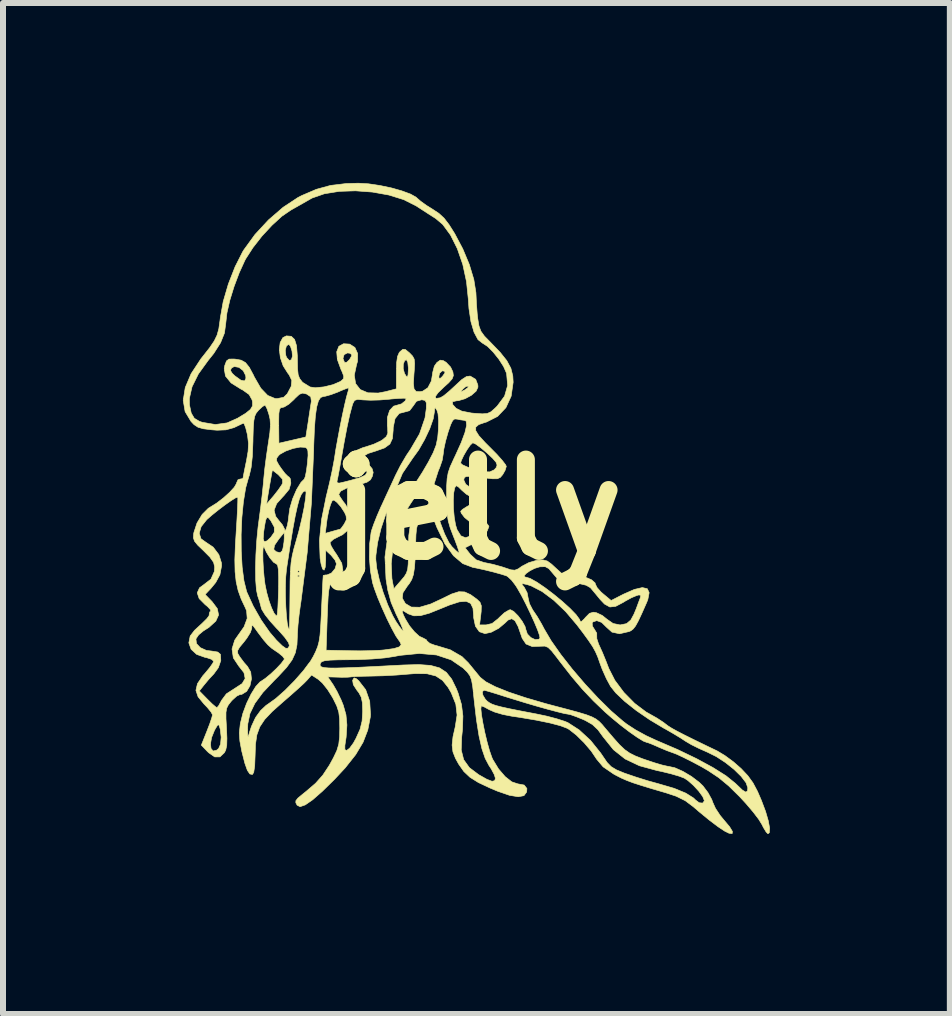
<source format=kicad_pcb>
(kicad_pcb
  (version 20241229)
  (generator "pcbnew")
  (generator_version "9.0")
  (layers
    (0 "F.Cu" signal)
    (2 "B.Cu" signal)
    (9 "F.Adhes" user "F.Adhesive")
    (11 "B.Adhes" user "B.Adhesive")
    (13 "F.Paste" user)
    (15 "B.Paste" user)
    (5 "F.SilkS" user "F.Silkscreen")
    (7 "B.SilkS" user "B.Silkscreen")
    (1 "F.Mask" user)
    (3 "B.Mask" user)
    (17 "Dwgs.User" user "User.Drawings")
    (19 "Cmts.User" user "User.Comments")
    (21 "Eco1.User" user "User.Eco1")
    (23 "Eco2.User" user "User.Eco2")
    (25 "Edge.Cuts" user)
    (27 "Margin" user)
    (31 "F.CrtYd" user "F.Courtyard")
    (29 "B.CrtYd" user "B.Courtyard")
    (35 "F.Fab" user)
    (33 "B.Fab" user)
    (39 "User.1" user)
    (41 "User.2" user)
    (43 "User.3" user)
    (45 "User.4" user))
  (footprint "jelly"
    (layer "F.Cu")
    (at 4.921 5.448)
    (property "Reference" "jelly" (at 0 0 0) (layer "F.SilkS") (effects (font (size 1.524 1.524) (thickness 0.3))))
    (attr through_hole)
    (fp_poly (pts (xy -1.826 -5.433) (xy -1.637 -5.405) (xy -1.446 -5.365) (xy -1.27 -5.315) (xy -1.126 -5.262) (xy -1.032 -5.209) (xy -1.016 -5.194) (xy -0.956 -5.142) (xy -0.857 -5.071) (xy -0.762 -5.012) (xy -0.653 -4.94) (xy -0.566 -4.86) (xy -0.483 -4.752) (xy -0.389 -4.603) (xy -0.254 -4.348) (xy -0.145 -4.087) (xy -0.07 -3.838) (xy -0.035 -3.619) (xy -0.033 -3.579) (xy -0.026 -3.43) (xy -0.013 -3.261) (xy -0.004 -3.182) (xy 0.016 -3.062) (xy 0.048 -2.975) (xy 0.107 -2.893) (xy 0.205 -2.793) (xy 0.368 -2.624) (xy 0.48 -2.484) (xy 0.548 -2.357) (xy 0.58 -2.23) (xy 0.586 -2.124) (xy 0.553 -1.892) (xy 0.465 -1.7) (xy 0.326 -1.554) (xy 0.14 -1.46) (xy 0.111 -1.452) (xy 0.012 -1.418) (xy -0.038 -1.375) (xy -0.038 -1.317) (xy 0.014 -1.233) (xy 0.12 -1.117) (xy 0.2 -1.037) (xy 0.313 -0.923) (xy 0.403 -0.822) (xy 0.459 -0.749) (xy 0.472 -0.721) (xy 0.452 -0.655) (xy 0.412 -0.584) (xy 0.371 -0.536) (xy 0.322 -0.515) (xy 0.242 -0.514) (xy 0.149 -0.525) (xy -0.021 -0.546) (xy -0.132 -0.555) (xy -0.196 -0.552) (xy -0.227 -0.535) (xy -0.236 -0.504) (xy -0.236 -0.49) (xy -0.204 -0.422) (xy -0.104 -0.354) (xy -0.082 -0.343) (xy 0.046 -0.277) (xy 0.116 -0.223) (xy 0.137 -0.17) (xy 0.117 -0.106) (xy 0.111 -0.095) (xy 0.043 -0.013) (xy -0.031 0.037) (xy -0.127 0.083) (xy 0.027 0.152) (xy 0.134 0.214) (xy 0.18 0.275) (xy 0.181 0.285) (xy 0.152 0.357) (xy 0.077 0.445) (xy -0.028 0.532) (xy -0.117 0.586) (xy -0.215 0.636) (xy -0.127 0.748) (xy -0.029 0.838) (xy 0.1 0.882) (xy 0.117 0.885) (xy 0.251 0.913) (xy 0.399 0.954) (xy 0.444 0.969) (xy 0.548 1.004) (xy 0.614 1.01) (xy 0.671 0.988) (xy 0.731 0.945) (xy 0.846 0.885) (xy 0.977 0.846) (xy 0.995 0.844) (xy 1.085 0.839) (xy 1.154 0.857) (xy 1.227 0.91) (xy 1.299 0.977) (xy 1.393 1.062) (xy 1.461 1.104) (xy 1.527 1.112) (xy 1.574 1.105) (xy 1.68 1.103) (xy 1.794 1.128) (xy 1.892 1.17) (xy 1.951 1.221) (xy 1.959 1.247) (xy 1.986 1.301) (xy 2.052 1.375) (xy 2.09 1.408) (xy 2.22 1.516) (xy 2.425 1.411) (xy 2.607 1.331) (xy 2.74 1.3) (xy 2.823 1.319) (xy 2.854 1.385) (xy 2.832 1.499) (xy 2.814 1.545) (xy 2.733 1.728) (xy 2.673 1.856) (xy 2.627 1.94) (xy 2.588 1.99) (xy 2.549 2.02) (xy 2.52 2.033) (xy 2.36 2.07) (xy 2.234 2.043) (xy 2.141 1.959) (xy 2.062 1.881) (xy 1.98 1.851) (xy 1.915 1.874) (xy 1.904 1.889) (xy 1.907 1.942) (xy 1.941 1.996) (xy 1.98 2.06) (xy 1.98 2.1) (xy 1.981 2.152) (xy 2.01 2.24) (xy 2.026 2.275) (xy 2.075 2.383) (xy 2.134 2.527) (xy 2.181 2.649) (xy 2.282 2.847) (xy 2.432 3.048) (xy 2.612 3.231) (xy 2.803 3.375) (xy 2.867 3.411) (xy 2.986 3.478) (xy 3.094 3.549) (xy 3.126 3.574) (xy 3.171 3.608) (xy 3.233 3.647) (xy 3.32 3.695) (xy 3.442 3.758) (xy 3.607 3.84) (xy 3.823 3.945) (xy 3.988 4.024) (xy 4.115 4.1) (xy 4.259 4.206) (xy 4.387 4.318) (xy 4.499 4.437) (xy 4.585 4.556) (xy 4.661 4.699) (xy 4.726 4.85) (xy 4.795 5.033) (xy 4.841 5.191) (xy 4.863 5.312) (xy 4.858 5.387) (xy 4.835 5.406) (xy 4.805 5.376) (xy 4.759 5.3) (xy 4.735 5.252) (xy 4.681 5.164) (xy 4.588 5.042) (xy 4.47 4.903) (xy 4.361 4.785) (xy 4.181 4.608) (xy 4.016 4.471) (xy 3.839 4.353) (xy 3.726 4.287) (xy 3.572 4.205) (xy 3.427 4.132) (xy 3.313 4.079) (xy 3.266 4.061) (xy 3.148 4.018) (xy 3.017 3.963) (xy 2.991 3.951) (xy 2.896 3.91) (xy 2.83 3.885) (xy 2.817 3.883) (xy 2.757 3.86) (xy 2.656 3.798) (xy 2.526 3.707) (xy 2.379 3.595) (xy 2.228 3.471) (xy 2.113 3.37) (xy 1.923 3.188) (xy 1.744 2.999) (xy 1.563 2.786) (xy 1.364 2.531) (xy 1.314 2.465) (xy 1.229 2.357) (xy 1.169 2.298) (xy 1.115 2.276) (xy 1.053 2.278) (xy 0.903 2.283) (xy 0.801 2.241) (xy 0.737 2.146) (xy 0.726 2.114) (xy 0.669 1.95) (xy 0.617 1.853) (xy 0.563 1.819) (xy 0.501 1.842) (xy 0.45 1.891) (xy 0.345 1.979) (xy 0.222 2.044) (xy 0.116 2.068) (xy 0.022 2.036) (xy -0.043 1.944) (xy -0.072 1.805) (xy -0.073 1.773) (xy -0.084 1.645) (xy -0.123 1.564) (xy -0.197 1.529) (xy -0.312 1.538) (xy -0.476 1.591) (xy -0.622 1.651) (xy -0.814 1.728) (xy -0.959 1.768) (xy -1.07 1.771) (xy -1.161 1.739) (xy -1.189 1.722) (xy -1.248 1.686) (xy -1.266 1.696) (xy -1.244 1.757) (xy -1.211 1.825) (xy -1.143 1.937) (xy -1.059 2.039) (xy -0.978 2.113) (xy -0.917 2.141) (xy -0.862 2.17) (xy -0.849 2.192) (xy -0.803 2.231) (xy -0.716 2.263) (xy -0.696 2.267) (xy -0.462 2.338) (xy -0.267 2.451) (xy -0.163 2.553) (xy -0.073 2.663) (xy 0.016 2.771) (xy 0.036 2.796) (xy 0.13 2.871) (xy 0.29 2.954) (xy 0.514 3.044) (xy 0.796 3.138) (xy 1.132 3.236) (xy 1.252 3.268) (xy 1.491 3.331) (xy 1.672 3.38) (xy 1.804 3.42) (xy 1.899 3.456) (xy 1.967 3.492) (xy 2.02 3.533) (xy 2.069 3.583) (xy 2.119 3.643) (xy 2.256 3.804) (xy 2.36 3.921) (xy 2.447 4.003) (xy 2.53 4.061) (xy 2.624 4.108) (xy 2.742 4.154) (xy 2.794 4.172) (xy 2.941 4.221) (xy 3.069 4.259) (xy 3.157 4.279) (xy 3.177 4.282) (xy 3.282 4.305) (xy 3.417 4.365) (xy 3.56 4.45) (xy 3.688 4.547) (xy 3.751 4.608) (xy 3.834 4.718) (xy 3.898 4.835) (xy 3.914 4.88) (xy 3.96 4.982) (xy 4.038 5.1) (xy 4.098 5.173) (xy 4.195 5.288) (xy 4.242 5.366) (xy 4.238 5.403) (xy 4.184 5.396) (xy 4.113 5.361) (xy 4.003 5.288) (xy 3.856 5.177) (xy 3.689 5.04) (xy 3.588 4.953) (xy 3.456 4.854) (xy 3.304 4.779) (xy 3.135 4.723) (xy 2.899 4.654) (xy 2.72 4.599) (xy 2.584 4.555) (xy 2.478 4.515) (xy 2.389 4.476) (xy 2.303 4.432) (xy 2.261 4.409) (xy 2.086 4.289) (xy 1.979 4.162) (xy 1.889 4.028) (xy 1.769 3.887) (xy 1.639 3.759) (xy 1.52 3.666) (xy 1.486 3.646) (xy 1.375 3.604) (xy 1.2 3.558) (xy 0.972 3.511) (xy 0.7 3.465) (xy 0.564 3.445) (xy 0.415 3.416) (xy 0.276 3.375) (xy 0.187 3.336) (xy 0.107 3.292) (xy 0.059 3.273) (xy 0.054 3.273) (xy 0.048 3.322) (xy 0.058 3.424) (xy 0.082 3.562) (xy 0.114 3.719) (xy 0.152 3.877) (xy 0.192 4.02) (xy 0.231 4.132) (xy 0.246 4.166) (xy 0.342 4.324) (xy 0.453 4.453) (xy 0.564 4.54) (xy 0.663 4.573) (xy 0.663 4.573) (xy 0.77 4.593) (xy 0.815 4.651) (xy 0.811 4.709) (xy 0.766 4.77) (xy 0.671 4.788) (xy 0.525 4.764) (xy 0.325 4.695) (xy 0.197 4.641) (xy 0.006 4.551) (xy -0.133 4.464) (xy -0.236 4.367) (xy -0.323 4.243) (xy -0.376 4.147) (xy -0.418 4.04) (xy -0.432 3.927) (xy -0.417 3.787) (xy -0.38 3.624) (xy -0.349 3.426) (xy -0.37 3.244) (xy -0.446 3.055) (xy -0.499 2.964) (xy -0.591 2.848) (xy -0.703 2.774) (xy -0.849 2.737) (xy -1.044 2.734) (xy -1.161 2.743) (xy -1.359 2.759) (xy -1.581 2.771) (xy -1.778 2.776) (xy -1.923 2.779) (xy -2.041 2.783) (xy -2.112 2.788) (xy -2.123 2.79) (xy -2.178 2.795) (xy -2.278 2.796) (xy -2.332 2.794) (xy -2.505 2.789) (xy -2.415 2.921) (xy -2.351 3.032) (xy -2.283 3.173) (xy -2.248 3.259) (xy -2.202 3.42) (xy -2.186 3.591) (xy -2.199 3.794) (xy -2.22 3.933) (xy -2.22 4.003) (xy -2.19 4.016) (xy -2.14 3.978) (xy -2.078 3.893) (xy -2.034 3.813) (xy -1.966 3.661) (xy -1.933 3.526) (xy -1.923 3.368) (xy -1.923 3.36) (xy -1.928 3.221) (xy -1.947 3.128) (xy -1.987 3.053) (xy -2.018 3.014) (xy -2.079 2.92) (xy -2.091 2.847) (xy -2.089 2.843) (xy -2.067 2.806) (xy -2.031 2.818) (xy -1.99 2.853) (xy -1.873 3.003) (xy -1.806 3.195) (xy -1.793 3.417) (xy -1.796 3.46) (xy -1.838 3.675) (xy -1.917 3.88) (xy -2.04 4.086) (xy -2.215 4.307) (xy -2.393 4.498) (xy -2.596 4.697) (xy -2.758 4.839) (xy -2.881 4.924) (xy -2.967 4.954) (xy -3.016 4.929) (xy -3.038 4.888) (xy -3.037 4.854) (xy -3.003 4.811) (xy -2.925 4.746) (xy -2.865 4.698) (xy -2.709 4.564) (xy -2.588 4.428) (xy -2.479 4.263) (xy -2.41 4.137) (xy -2.354 4.019) (xy -2.322 3.912) (xy -2.308 3.787) (xy -2.305 3.647) (xy -2.308 3.49) (xy -2.322 3.376) (xy -2.355 3.274) (xy -2.413 3.156) (xy -2.427 3.13) (xy -2.508 3.001) (xy -2.595 2.892) (xy -2.663 2.831) (xy -2.776 2.758) (xy -2.848 2.841) (xy -2.904 2.898) (xy -3.002 2.988) (xy -3.127 3.099) (xy -3.255 3.21) (xy -3.432 3.367) (xy -3.557 3.499) (xy -3.64 3.624) (xy -3.688 3.757) (xy -3.711 3.915) (xy -3.717 4.097) (xy -3.724 4.273) (xy -3.74 4.381) (xy -3.762 4.417) (xy -3.805 4.408) (xy -3.846 4.348) (xy -3.888 4.23) (xy -3.935 4.046) (xy -3.939 4.031) (xy -3.971 3.86) (xy -3.98 3.723) (xy -3.975 3.674) (xy -3.843 3.674) (xy -3.839 3.766) (xy -3.833 3.79) (xy -3.821 3.752) (xy -3.812 3.717) (xy -3.777 3.613) (xy -3.722 3.493) (xy -3.704 3.459) (xy -3.626 3.352) (xy -3.533 3.264) (xy -3.507 3.247) (xy -3.373 3.151) (xy -3.217 3.013) (xy -3.057 2.851) (xy -2.91 2.683) (xy -2.837 2.585) (xy -2.634 2.585) (xy -2.63 2.607) (xy -2.608 2.624) (xy -2.562 2.635) (xy -2.486 2.641) (xy -2.371 2.642) (xy -2.213 2.638) (xy -2.005 2.63) (xy -1.74 2.617) (xy -1.412 2.6) (xy -1.243 2.591) (xy -0.987 2.584) (xy -0.791 2.598) (xy -0.642 2.639) (xy -0.528 2.714) (xy -0.439 2.827) (xy -0.361 2.986) (xy -0.331 3.063) (xy -0.276 3.249) (xy -0.252 3.442) (xy -0.259 3.666) (xy -0.273 3.802) (xy -0.28 4.008) (xy -0.239 4.17) (xy -0.144 4.303) (xy 0.011 4.42) (xy 0.147 4.497) (xy 0.234 4.53) (xy 0.279 4.52) (xy 0.29 4.479) (xy 0.271 4.418) (xy 0.221 4.324) (xy 0.182 4.265) (xy 0.12 4.148) (xy 0.065 3.987) (xy 0.017 3.775) (xy -0.026 3.505) (xy -0.065 3.171) (xy -0.072 3.102) (xy -0.079 3.036) (xy 0.072 3.036) (xy 0.081 3.094) (xy 0.122 3.162) (xy 0.154 3.195) (xy 0.19 3.221) (xy 0.234 3.244) (xy 0.296 3.266) (xy 0.388 3.29) (xy 0.519 3.319) (xy 0.699 3.355) (xy 0.939 3.401) (xy 0.971 3.407) (xy 1.147 3.444) (xy 1.313 3.488) (xy 1.447 3.531) (xy 1.498 3.552) (xy 1.687 3.674) (xy 1.876 3.848) (xy 2.046 4.06) (xy 2.082 4.113) (xy 2.153 4.217) (xy 2.221 4.287) (xy 2.309 4.34) (xy 2.44 4.394) (xy 2.463 4.402) (xy 2.633 4.46) (xy 2.831 4.522) (xy 3.015 4.573) (xy 3.018 4.574) (xy 3.271 4.648) (xy 3.465 4.728) (xy 3.595 4.81) (xy 3.626 4.841) (xy 3.688 4.888) (xy 3.746 4.894) (xy 3.774 4.857) (xy 3.774 4.852) (xy 3.748 4.787) (xy 3.682 4.696) (xy 3.594 4.6) (xy 3.5 4.517) (xy 3.439 4.477) (xy 3.354 4.445) (xy 3.221 4.406) (xy 3.062 4.367) (xy 2.984 4.351) (xy 2.691 4.271) (xy 2.453 4.158) (xy 2.258 4.003) (xy 2.095 3.8) (xy 2.094 3.8) (xy 2 3.671) (xy 1.908 3.584) (xy 1.791 3.517) (xy 1.754 3.5) (xy 1.638 3.453) (xy 1.545 3.42) (xy 1.503 3.411) (xy 1.442 3.401) (xy 1.325 3.372) (xy 1.167 3.33) (xy 0.981 3.278) (xy 0.781 3.219) (xy 0.582 3.158) (xy 0.453 3.118) (xy 0.309 3.072) (xy 0.191 3.036) (xy 0.116 3.015) (xy 0.1 3.012) (xy 0.072 3.036) (xy -0.079 3.036) (xy -0.089 2.946) (xy -0.108 2.841) (xy -0.135 2.77) (xy -0.179 2.71) (xy -0.246 2.644) (xy -0.248 2.642) (xy -0.448 2.505) (xy -0.692 2.424) (xy -0.979 2.399) (xy -1.305 2.431) (xy -1.397 2.449) (xy -1.556 2.473) (xy -1.764 2.491) (xy -1.998 2.501) (xy -2.128 2.503) (xy -2.329 2.505) (xy -2.468 2.51) (xy -2.557 2.52) (xy -2.606 2.536) (xy -2.626 2.558) (xy -2.634 2.585) (xy -2.837 2.585) (xy -2.794 2.529) (xy -2.747 2.449) (xy -2.704 2.362) (xy -2.697 2.344) (xy -2.533 2.344) (xy -2.147 2.353) (xy -1.96 2.355) (xy -1.776 2.352) (xy -1.622 2.345) (xy -1.558 2.339) (xy -1.402 2.317) (xy -1.312 2.289) (xy -1.281 2.251) (xy -1.304 2.201) (xy -1.314 2.188) (xy -1.368 2.11) (xy -1.438 1.981) (xy -1.518 1.82) (xy -1.598 1.643) (xy -1.672 1.468) (xy -1.729 1.314) (xy -1.759 1.217) (xy -1.795 1.016) (xy -1.809 0.826) (xy -1.705 0.826) (xy -1.689 0.977) (xy -1.646 1.169) (xy -1.582 1.38) (xy -1.505 1.588) (xy -1.422 1.77) (xy -1.371 1.861) (xy -1.309 1.953) (xy -1.264 2.01) (xy -1.247 2.022) (xy -1.256 1.985) (xy -1.291 1.901) (xy -1.345 1.784) (xy -1.364 1.746) (xy -1.449 1.547) (xy -1.468 1.476) (xy -1.263 1.476) (xy -1.214 1.562) (xy -1.21 1.567) (xy -1.112 1.625) (xy -0.972 1.628) (xy -0.789 1.574) (xy -0.598 1.485) (xy -0.439 1.407) (xy -0.32 1.369) (xy -0.222 1.373) (xy -0.124 1.418) (xy -0.019 1.494) (xy 0.033 1.544) (xy 0.055 1.603) (xy 0.053 1.697) (xy 0.048 1.743) (xy 0.026 1.923) (xy 0.134 1.923) (xy 0.235 1.899) (xy 0.337 1.818) (xy 0.358 1.796) (xy 0.44 1.72) (xy 0.516 1.675) (xy 0.54 1.669) (xy 0.595 1.698) (xy 0.666 1.769) (xy 0.735 1.86) (xy 0.784 1.948) (xy 0.798 2.001) (xy 0.823 2.074) (xy 0.882 2.134) (xy 0.954 2.168) (xy 1.016 2.161) (xy 1.033 2.143) (xy 1.026 2.098) (xy 0.993 2.004) (xy 0.939 1.875) (xy 0.871 1.726) (xy 0.797 1.572) (xy 0.723 1.428) (xy 0.655 1.309) (xy 0.629 1.268) (xy 0.613 1.246) (xy 0.732 1.246) (xy 0.771 1.295) (xy 0.819 1.386) (xy 0.835 1.469) (xy 0.857 1.566) (xy 0.911 1.671) (xy 0.92 1.684) (xy 0.986 1.781) (xy 1.061 1.909) (xy 1.103 1.989) (xy 1.219 2.186) (xy 1.38 2.415) (xy 1.572 2.66) (xy 1.785 2.909) (xy 2.005 3.146) (xy 2.22 3.358) (xy 2.419 3.53) (xy 2.483 3.579) (xy 2.629 3.674) (xy 2.806 3.771) (xy 2.972 3.848) (xy 3.328 4.001) (xy 3.646 4.154) (xy 3.917 4.301) (xy 4.136 4.439) (xy 4.292 4.565) (xy 4.316 4.588) (xy 4.409 4.677) (xy 4.466 4.711) (xy 4.494 4.691) (xy 4.499 4.639) (xy 4.47 4.555) (xy 4.389 4.449) (xy 4.271 4.333) (xy 4.128 4.219) (xy 3.975 4.119) (xy 3.828 4.046) (xy 3.686 3.983) (xy 3.557 3.919) (xy 3.467 3.866) (xy 3.465 3.865) (xy 3.38 3.809) (xy 3.256 3.734) (xy 3.118 3.655) (xy 3.102 3.647) (xy 2.863 3.504) (xy 2.64 3.351) (xy 2.447 3.198) (xy 2.297 3.056) (xy 2.211 2.948) (xy 2.141 2.819) (xy 2.071 2.662) (xy 2.033 2.56) (xy 1.997 2.457) (xy 1.959 2.37) (xy 1.911 2.283) (xy 1.843 2.182) (xy 1.747 2.05) (xy 1.647 1.919) (xy 1.461 1.7) (xy 1.264 1.512) (xy 1.069 1.366) (xy 0.887 1.272) (xy 0.816 1.249) (xy 0.744 1.234) (xy 0.732 1.246) (xy 0.613 1.246) (xy 0.561 1.178) (xy 0.496 1.117) (xy 0.478 1.106) (xy 0.47 1.103) (xy 0.769 1.103) (xy 0.782 1.124) (xy 0.795 1.125) (xy 0.87 1.148) (xy 0.982 1.21) (xy 1.117 1.302) (xy 1.262 1.412) (xy 1.405 1.53) (xy 1.533 1.646) (xy 1.634 1.75) (xy 1.694 1.832) (xy 1.706 1.866) (xy 1.725 1.867) (xy 1.773 1.821) (xy 1.79 1.8) (xy 1.859 1.73) (xy 1.924 1.711) (xy 1.974 1.719) (xy 2.072 1.765) (xy 2.153 1.83) (xy 2.253 1.899) (xy 2.37 1.923) (xy 2.478 1.901) (xy 2.548 1.841) (xy 2.6 1.745) (xy 2.639 1.651) (xy 2.676 1.55) (xy 2.705 1.474) (xy 2.716 1.428) (xy 2.68 1.423) (xy 2.645 1.433) (xy 2.559 1.469) (xy 2.453 1.527) (xy 2.423 1.546) (xy 2.296 1.613) (xy 2.199 1.624) (xy 2.11 1.575) (xy 2.036 1.497) (xy 1.959 1.403) (xy 1.893 1.324) (xy 1.874 1.302) (xy 1.803 1.261) (xy 1.673 1.23) (xy 1.585 1.218) (xy 1.452 1.2) (xy 1.367 1.175) (xy 1.306 1.131) (xy 1.249 1.064) (xy 1.181 0.984) (xy 1.122 0.952) (xy 1.042 0.953) (xy 1.022 0.956) (xy 0.944 0.98) (xy 0.866 1.02) (xy 0.802 1.065) (xy 0.769 1.103) (xy 0.47 1.103) (xy 0.388 1.077) (xy 0.254 1.04) (xy 0.103 1.003) (xy -0.039 0.972) (xy -0.085 0.964) (xy -0.254 0.9) (xy -0.409 0.769) (xy -0.552 0.571) (xy -0.683 0.303) (xy -0.727 0.191) (xy -0.766 0.105) (xy -0.808 0.079) (xy -0.872 0.111) (xy -0.931 0.159) (xy -0.978 0.203) (xy -1.008 0.25) (xy -1.025 0.316) (xy -1.035 0.42) (xy -1.04 0.576) (xy -1.041 0.604) (xy -1.048 0.817) (xy -1.06 0.971) (xy -1.077 1.083) (xy -1.105 1.166) (xy -1.146 1.234) (xy -1.179 1.276) (xy -1.252 1.386) (xy -1.263 1.476) (xy -1.468 1.476) (xy -1.504 1.345) (xy -1.534 1.159) (xy -1.546 0.901) (xy -1.447 0.901) (xy -1.436 1.146) (xy -1.427 1.2) (xy -1.403 1.32) (xy -1.282 1.18) (xy -1.228 1.116) (xy -1.194 1.06) (xy -1.173 0.996) (xy -1.164 0.905) (xy -1.161 0.769) (xy -1.161 0.656) (xy -1.154 0.431) (xy -1.13 0.263) (xy -1.084 0.14) (xy -1.011 0.046) (xy -0.908 -0.031) (xy -0.84 -0.079) (xy -0.815 -0.112) (xy -0.817 -0.115) (xy -0.829 -0.159) (xy -0.839 -0.249) (xy -0.841 -0.284) (xy -0.843 -0.308) (xy -0.74 -0.308) (xy -0.723 -0.15) (xy -0.683 0.036) (xy -0.625 0.228) (xy -0.557 0.406) (xy -0.486 0.548) (xy -0.437 0.615) (xy -0.369 0.683) (xy -0.323 0.722) (xy -0.315 0.726) (xy -0.319 0.695) (xy -0.346 0.612) (xy -0.39 0.494) (xy -0.41 0.445) (xy -0.463 0.306) (xy -0.496 0.191) (xy -0.515 0.074) (xy -0.522 -0.071) (xy -0.523 -0.156) (xy -0.412 -0.156) (xy -0.409 -0.014) (xy -0.396 0.129) (xy -0.374 0.256) (xy -0.349 0.336) (xy -0.286 0.437) (xy -0.209 0.469) (xy -0.112 0.434) (xy -0.059 0.397) (xy 0.016 0.326) (xy 0.027 0.28) (xy -0.026 0.247) (xy -0.059 0.238) (xy -0.142 0.198) (xy -0.224 0.131) (xy -0.279 0.059) (xy -0.289 0.028) (xy -0.26 -0.003) (xy -0.186 -0.05) (xy -0.139 -0.076) (xy 0.013 -0.153) (xy -0.093 -0.199) (xy -0.195 -0.258) (xy -0.269 -0.322) (xy -0.326 -0.378) (xy -0.361 -0.399) (xy -0.388 -0.366) (xy -0.405 -0.279) (xy -0.412 -0.156) (xy -0.523 -0.156) (xy -0.524 -0.218) (xy -0.523 -0.391) (xy -0.515 -0.516) (xy -0.497 -0.617) (xy -0.463 -0.717) (xy -0.436 -0.775) (xy -0.29 -0.775) (xy -0.258 -0.746) (xy -0.176 -0.71) (xy -0.067 -0.675) (xy 0.05 -0.646) (xy 0.151 -0.63) (xy 0.196 -0.629) (xy 0.27 -0.663) (xy 0.305 -0.702) (xy 0.318 -0.743) (xy 0.301 -0.79) (xy 0.243 -0.857) (xy 0.147 -0.947) (xy 0.046 -1.032) (xy -0.037 -1.092) (xy -0.086 -1.114) (xy -0.089 -1.113) (xy -0.129 -1.076) (xy -0.184 -0.997) (xy -0.239 -0.902) (xy -0.279 -0.817) (xy -0.29 -0.775) (xy -0.436 -0.775) (xy -0.406 -0.842) (xy -0.374 -0.909) (xy -0.28 -1.117) (xy -0.218 -1.284) (xy -0.19 -1.405) (xy -0.197 -1.474) (xy -0.223 -1.488) (xy -0.298 -1.498) (xy -0.348 -1.509) (xy -0.39 -1.512) (xy -0.423 -1.485) (xy -0.457 -1.415) (xy -0.5 -1.288) (xy -0.502 -1.281) (xy -0.542 -1.139) (xy -0.57 -1.009) (xy -0.581 -0.922) (xy -0.597 -0.823) (xy -0.639 -0.701) (xy -0.661 -0.651) (xy -0.731 -0.433) (xy -0.74 -0.308) (xy -0.843 -0.308) (xy -0.849 -0.377) (xy -0.864 -0.431) (xy -0.87 -0.435) (xy -0.903 -0.407) (xy -0.963 -0.332) (xy -1.039 -0.227) (xy -1.12 -0.107) (xy -1.195 0.012) (xy -1.254 0.115) (xy -1.26 0.127) (xy -1.354 0.365) (xy -1.418 0.632) (xy -1.447 0.901) (xy -1.546 0.901) (xy -1.552 0.792) (xy -1.506 0.45) (xy -1.395 0.123) (xy -1.216 -0.198) (xy -1.125 -0.327) (xy -1.031 -0.461) (xy -0.926 -0.625) (xy -0.832 -0.786) (xy -0.827 -0.795) (xy -0.747 -0.949) (xy -0.698 -1.075) (xy -0.672 -1.201) (xy -0.661 -1.326) (xy -0.657 -1.48) (xy -0.667 -1.599) (xy -0.684 -1.655) (xy -0.714 -1.701) (xy -0.724 -1.679) (xy -0.725 -1.643) (xy -0.747 -1.514) (xy -0.805 -1.349) (xy -0.89 -1.169) (xy -0.99 -0.994) (xy -1.09 -0.856) (xy -1.26 -0.605) (xy -1.341 -0.411) (xy -1.384 -0.283) (xy -1.423 -0.176) (xy -1.448 -0.121) (xy -1.538 0.077) (xy -1.616 0.309) (xy -1.674 0.548) (xy -1.703 0.763) (xy -1.705 0.826) (xy -1.809 0.826) (xy -1.811 0.79) (xy -1.807 0.569) (xy -1.783 0.381) (xy -1.774 0.345) (xy -1.738 0.241) (xy -1.682 0.1) (xy -1.617 -0.05) (xy -1.606 -0.072) (xy -1.529 -0.24) (xy -1.446 -0.419) (xy -1.376 -0.571) (xy -1.375 -0.573) (xy -1.294 -0.733) (xy -1.195 -0.902) (xy -1.127 -1.003) (xy -0.975 -1.263) (xy -0.884 -1.528) (xy -0.862 -1.686) (xy -0.861 -1.779) (xy -0.881 -1.82) (xy -0.933 -1.831) (xy -0.943 -1.831) (xy -1.026 -1.807) (xy -1.078 -1.733) (xy -1.141 -1.65) (xy -1.202 -1.633) (xy -1.314 -1.604) (xy -1.384 -1.516) (xy -1.414 -1.369) (xy -1.415 -1.324) (xy -1.427 -1.186) (xy -1.47 -1.093) (xy -1.558 -1.029) (xy -1.705 -0.977) (xy -1.834 -0.936) (xy -1.897 -0.898) (xy -1.902 -0.851) (xy -1.854 -0.785) (xy -1.833 -0.762) (xy -1.766 -0.683) (xy -1.748 -0.62) (xy -1.762 -0.556) (xy -1.794 -0.497) (xy -1.852 -0.457) (xy -1.955 -0.424) (xy -2.011 -0.411) (xy -2.186 -0.361) (xy -2.29 -0.308) (xy -2.322 -0.255) (xy -2.301 -0.213) (xy -2.249 -0.136) (xy -2.213 -0.091) (xy -2.124 0.062) (xy -2.102 0.202) (xy -2.148 0.323) (xy -2.259 0.419) (xy -2.321 0.449) (xy -2.411 0.495) (xy -2.462 0.541) (xy -2.467 0.556) (xy -2.447 0.611) (xy -2.394 0.698) (xy -2.36 0.746) (xy -2.272 0.894) (xy -2.253 1.015) (xy -2.302 1.111) (xy -2.36 1.154) (xy -2.409 1.184) (xy -2.445 1.217) (xy -2.47 1.265) (xy -2.487 1.339) (xy -2.499 1.451) (xy -2.507 1.612) (xy -2.516 1.833) (xy -2.516 1.853) (xy -2.533 2.344) (xy -2.697 2.344) (xy -2.673 2.284) (xy -2.651 2.201) (xy -2.635 2.096) (xy -2.624 1.955) (xy -2.614 1.763) (xy -2.61 1.669) (xy -2.601 1.476) (xy -2.593 1.31) (xy -2.587 1.184) (xy -2.582 1.111) (xy -2.581 1.098) (xy -2.546 1.09) (xy -2.517 1.089) (xy -2.444 1.058) (xy -2.383 0.984) (xy -2.36 0.904) (xy -2.384 0.842) (xy -2.444 0.768) (xy -2.449 0.762) (xy -2.54 0.677) (xy -2.54 0.846) (xy -2.548 0.962) (xy -2.567 1.009) (xy -2.592 0.99) (xy -2.617 0.907) (xy -2.633 0.811) (xy -2.644 0.514) (xy -2.632 0.396) (xy -2.546 0.396) (xy -2.425 0.361) (xy -2.343 0.338) (xy -2.298 0.327) (xy -2.296 0.327) (xy -2.273 0.3) (xy -2.23 0.239) (xy -2.194 0.167) (xy -2.2 0.104) (xy -2.225 0.048) (xy -2.288 -0.049) (xy -2.35 -0.119) (xy -2.402 -0.16) (xy -2.432 -0.147) (xy -2.46 -0.083) (xy -2.488 0.014) (xy -2.514 0.143) (xy -2.523 0.207) (xy -2.546 0.396) (xy -2.632 0.396) (xy -2.609 0.166) (xy -2.53 -0.226) (xy -2.518 -0.272) (xy -2.474 -0.455) (xy -2.471 -0.469) (xy -2.352 -0.469) (xy -2.345 -0.445) (xy -2.308 -0.443) (xy -2.226 -0.462) (xy -2.124 -0.488) (xy -1.968 -0.533) (xy -1.879 -0.575) (xy -1.85 -0.623) (xy -1.878 -0.687) (xy -1.956 -0.777) (xy -1.964 -0.785) (xy -2.03 -0.868) (xy -2.059 -0.936) (xy -2.058 -0.954) (xy -2.014 -0.993) (xy -1.923 -1.032) (xy -1.865 -1.049) (xy -1.738 -1.091) (xy -1.623 -1.145) (xy -1.591 -1.165) (xy -1.528 -1.218) (xy -1.504 -1.275) (xy -1.507 -1.365) (xy -1.512 -1.398) (xy -1.511 -1.538) (xy -1.474 -1.653) (xy -1.408 -1.725) (xy -1.349 -1.742) (xy -1.276 -1.763) (xy -1.215 -1.812) (xy -1.197 -1.851) (xy -1.231 -1.858) (xy -1.318 -1.855) (xy -1.444 -1.845) (xy -1.479 -1.841) (xy -1.638 -1.828) (xy -1.792 -1.824) (xy -1.907 -1.829) (xy -1.912 -1.829) (xy -2.008 -1.838) (xy -2.059 -1.821) (xy -2.088 -1.767) (xy -2.099 -1.732) (xy -2.139 -1.582) (xy -2.183 -1.38) (xy -2.233 -1.118) (xy -2.267 -0.925) (xy -2.294 -0.77) (xy -2.319 -0.634) (xy -2.337 -0.539) (xy -2.342 -0.517) (xy -2.352 -0.469) (xy -2.471 -0.469) (xy -2.434 -0.639) (xy -2.404 -0.796) (xy -2.394 -0.853) (xy -2.371 -1.003) (xy -2.338 -1.185) (xy -2.301 -1.382) (xy -2.262 -1.574) (xy -2.225 -1.744) (xy -2.194 -1.874) (xy -2.178 -1.932) (xy -2.158 -2.003) (xy -2.158 -2.032) (xy -2.196 -2.019) (xy -2.279 -1.986) (xy -2.34 -1.959) (xy -2.453 -1.917) (xy -2.546 -1.891) (xy -2.578 -1.887) (xy -2.624 -1.87) (xy -2.661 -1.814) (xy -2.69 -1.713) (xy -2.712 -1.561) (xy -2.728 -1.35) (xy -2.739 -1.076) (xy -2.741 -0.98) (xy -2.778 -0.114) (xy -2.848 0.715) (xy -2.953 1.538) (xy -2.961 1.587) (xy -2.984 1.759) (xy -3.002 1.927) (xy -3.011 2.061) (xy -3.012 2.095) (xy -3.019 2.255) (xy -3.046 2.387) (xy -3.101 2.507) (xy -3.192 2.632) (xy -3.329 2.78) (xy -3.397 2.848) (xy -3.588 3.05) (xy -3.721 3.231) (xy -3.803 3.401) (xy -3.839 3.573) (xy -3.843 3.674) (xy -3.975 3.674) (xy -3.965 3.582) (xy -3.961 3.558) (xy -3.921 3.398) (xy -3.859 3.231) (xy -3.784 3.076) (xy -3.706 2.95) (xy -3.634 2.872) (xy -3.62 2.864) (xy -3.546 2.814) (xy -3.453 2.737) (xy -3.36 2.649) (xy -3.281 2.565) (xy -3.235 2.503) (xy -3.229 2.487) (xy -3.258 2.446) (xy -3.329 2.388) (xy -3.365 2.364) (xy -3.439 2.313) (xy -3.505 2.254) (xy -3.577 2.171) (xy -3.669 2.049) (xy -3.72 1.978) (xy -3.758 1.927) (xy -3.771 1.937) (xy -3.773 1.98) (xy -3.796 2.049) (xy -3.855 2.144) (xy -3.904 2.208) (xy -3.978 2.297) (xy -4.009 2.353) (xy -4.006 2.399) (xy -3.974 2.453) (xy -3.904 2.547) (xy -3.844 2.615) (xy -3.79 2.709) (xy -3.778 2.824) (xy -3.803 2.938) (xy -3.858 3.031) (xy -3.939 3.081) (xy -3.97 3.084) (xy -4.024 3.11) (xy -4.096 3.175) (xy -4.118 3.199) (xy -4.164 3.258) (xy -4.191 3.312) (xy -4.203 3.382) (xy -4.203 3.486) (xy -4.194 3.642) (xy -4.187 3.814) (xy -4.19 3.931) (xy -4.207 4.009) (xy -4.229 4.053) (xy -4.303 4.123) (xy -4.39 4.124) (xy -4.491 4.054) (xy -4.514 4.032) (xy -4.614 3.927) (xy -4.605 3.906) (xy -4.461 3.906) (xy -4.452 3.984) (xy -4.417 4.025) (xy -4.361 4.013) (xy -4.325 3.984) (xy -4.293 3.911) (xy -4.283 3.795) (xy -4.298 3.665) (xy -4.305 3.637) (xy -4.321 3.59) (xy -4.342 3.593) (xy -4.379 3.653) (xy -4.395 3.682) (xy -4.443 3.801) (xy -4.461 3.906) (xy -4.605 3.906) (xy -4.52 3.693) (xy -4.473 3.571) (xy -4.44 3.473) (xy -4.427 3.422) (xy -4.427 3.421) (xy -4.451 3.376) (xy -4.512 3.301) (xy -4.572 3.238) (xy -4.668 3.121) (xy -4.704 3.014) (xy -4.678 2.902) (xy -4.59 2.772) (xy -4.55 2.727) (xy -4.474 2.635) (xy -4.422 2.561) (xy -4.409 2.528) (xy -4.441 2.497) (xy -4.521 2.47) (xy -4.552 2.464) (xy -4.692 2.414) (xy -4.784 2.329) (xy -4.822 2.222) (xy -4.809 2.156) (xy -4.704 2.156) (xy -4.695 2.234) (xy -4.631 2.302) (xy -4.529 2.348) (xy -4.44 2.359) (xy -4.34 2.375) (xy -4.295 2.413) (xy -4.289 2.517) (xy -4.33 2.636) (xy -4.404 2.738) (xy -4.488 2.828) (xy -4.567 2.923) (xy -4.647 3.024) (xy -4.511 3.163) (xy -4.432 3.241) (xy -4.373 3.291) (xy -4.353 3.302) (xy -4.326 3.272) (xy -4.286 3.199) (xy -4.279 3.184) (xy -4.196 3.072) (xy -4.055 2.981) (xy -3.933 2.901) (xy -3.883 2.816) (xy -3.903 2.719) (xy -3.991 2.607) (xy -4.08 2.473) (xy -4.102 2.324) (xy -4.057 2.177) (xy -4.015 2.116) (xy -3.901 1.954) (xy -3.849 1.814) (xy -3.859 1.687) (xy -3.878 1.641) (xy -3.949 1.491) (xy -4 1.349) (xy -4.033 1.202) (xy -4.051 1.036) (xy -4.055 0.836) (xy -4.046 0.589) (xy -4.035 0.415) (xy -3.95 0.415) (xy -3.948 0.696) (xy -3.933 0.959) (xy -3.903 1.188) (xy -3.859 1.364) (xy -3.852 1.382) (xy -3.748 1.609) (xy -3.617 1.839) (xy -3.473 2.046) (xy -3.361 2.177) (xy -3.265 2.271) (xy -3.205 2.313) (xy -3.168 2.31) (xy -3.145 2.27) (xy -3.16 2.218) (xy -3.224 2.128) (xy -3.331 2.007) (xy -3.358 1.98) (xy -3.464 1.863) (xy -3.551 1.753) (xy -3.604 1.667) (xy -3.613 1.642) (xy -3.643 1.53) (xy -3.674 1.438) (xy -3.695 1.337) (xy -3.707 1.18) (xy -3.71 0.982) (xy -3.704 0.758) (xy -3.703 0.738) (xy -3.588 0.738) (xy -3.586 0.854) (xy -3.579 0.987) (xy -3.567 1.124) (xy -3.552 1.245) (xy -3.524 1.381) (xy -3.486 1.517) (xy -3.443 1.638) (xy -3.401 1.727) (xy -3.366 1.77) (xy -3.352 1.768) (xy -3.345 1.727) (xy -3.337 1.628) (xy -3.331 1.487) (xy -3.326 1.329) (xy -3.325 1.276) (xy -3.212 1.276) (xy -3.211 1.446) (xy -3.205 1.616) (xy -3.195 1.771) (xy -3.181 1.896) (xy -3.164 1.975) (xy -3.149 1.996) (xy -3.145 1.961) (xy -3.142 1.867) (xy -3.139 1.724) (xy -3.137 1.546) (xy -3.136 1.424) (xy -3.134 1.196) (xy -3.131 1.107) (xy -3.012 1.107) (xy -2.994 1.125) (xy -2.975 1.107) (xy -2.994 1.089) (xy -3.012 1.107) (xy -3.131 1.107) (xy -3.128 1.034) (xy -3.012 1.034) (xy -2.994 1.052) (xy -2.975 1.034) (xy -2.994 1.016) (xy -3.012 1.034) (xy -3.128 1.034) (xy -3.128 1.023) (xy -3.117 0.886) (xy -3.098 0.768) (xy -3.07 0.651) (xy -3.038 0.54) (xy -2.986 0.355) (xy -2.939 0.158) (xy -2.9 -0.03) (xy -2.875 -0.188) (xy -2.867 -0.286) (xy -2.879 -0.316) (xy -2.916 -0.294) (xy -2.947 -0.253) (xy -2.979 -0.177) (xy -3.011 -0.061) (xy -3.047 0.101) (xy -3.087 0.317) (xy -3.132 0.591) (xy -3.184 0.93) (xy -3.194 0.998) (xy -3.206 1.122) (xy -3.212 1.276) (xy -3.325 1.276) (xy -3.324 1.133) (xy -3.329 1.001) (xy -3.341 0.929) (xy -3.36 0.907) (xy -3.409 0.878) (xy -3.471 0.804) (xy -3.529 0.71) (xy -3.549 0.664) (xy -3.406 0.664) (xy -3.366 0.702) (xy -3.299 0.719) (xy -3.266 0.687) (xy -3.252 0.644) (xy -3.235 0.54) (xy -3.231 0.472) (xy -3.232 0.381) (xy -3.321 0.49) (xy -3.393 0.595) (xy -3.406 0.664) (xy -3.549 0.664) (xy -3.561 0.635) (xy -3.576 0.615) (xy -3.585 0.654) (xy -3.588 0.738) (xy -3.703 0.738) (xy -3.69 0.524) (xy -3.687 0.487) (xy -3.582 0.487) (xy -3.565 0.536) (xy -3.518 0.521) (xy -3.455 0.462) (xy -3.397 0.377) (xy -3.397 0.292) (xy -3.455 0.185) (xy -3.456 0.184) (xy -3.494 0.137) (xy -3.521 0.132) (xy -3.542 0.178) (xy -3.561 0.283) (xy -3.574 0.372) (xy -3.582 0.487) (xy -3.687 0.487) (xy -3.668 0.295) (xy -3.653 0.181) (xy -3.63 0.008) (xy -3.4 0.008) (xy -3.375 0.111) (xy -3.325 0.177) (xy -3.261 0.255) (xy -3.228 0.32) (xy -3.227 0.329) (xy -3.218 0.354) (xy -3.2 0.326) (xy -3.18 0.265) (xy -3.165 0.188) (xy -3.159 0.131) (xy -3.139 -0.018) (xy -3.091 -0.181) (xy -3.025 -0.334) (xy -2.951 -0.455) (xy -2.897 -0.509) (xy -2.88 -0.552) (xy -2.861 -0.647) (xy -2.845 -0.771) (xy -2.834 -0.904) (xy -2.837 -0.982) (xy -2.855 -1.022) (xy -2.881 -1.038) (xy -2.966 -1.043) (xy -3.084 -1.02) (xy -3.205 -0.977) (xy -3.301 -0.924) (xy -3.324 -0.903) (xy -3.357 -0.858) (xy -3.359 -0.814) (xy -3.324 -0.749) (xy -3.284 -0.69) (xy -3.22 -0.605) (xy -3.168 -0.553) (xy -3.152 -0.544) (xy -3.129 -0.513) (xy -3.121 -0.441) (xy -3.15 -0.338) (xy -3.241 -0.228) (xy -3.247 -0.223) (xy -3.357 -0.101) (xy -3.4 0.008) (xy -3.63 0.008) (xy -3.626 -0.018) (xy -3.618 -0.091) (xy -3.526 -0.091) (xy -3.405 -0.233) (xy -3.33 -0.329) (xy -3.274 -0.411) (xy -3.258 -0.441) (xy -3.261 -0.507) (xy -3.327 -0.579) (xy -3.331 -0.583) (xy -3.429 -0.66) (xy -3.458 -0.502) (xy -3.481 -0.369) (xy -3.503 -0.239) (xy -3.506 -0.218) (xy -3.526 -0.091) (xy -3.618 -0.091) (xy -3.601 -0.23) (xy -3.581 -0.42) (xy -3.575 -0.49) (xy -3.557 -0.671) (xy -3.53 -0.882) (xy -3.501 -1.08) (xy -3.497 -1.106) (xy -3.471 -1.281) (xy -3.461 -1.408) (xy -3.466 -1.481) (xy -3.323 -1.481) (xy -3.323 -1.406) (xy -3.32 -1.107) (xy -3.095 -1.159) (xy -2.871 -1.211) (xy -2.831 -1.467) (xy -2.81 -1.608) (xy -2.791 -1.731) (xy -2.779 -1.808) (xy -2.789 -1.881) (xy -2.857 -1.927) (xy -2.86 -1.928) (xy -2.924 -1.943) (xy -2.979 -1.923) (xy -3.048 -1.859) (xy -3.071 -1.834) (xy -3.155 -1.758) (xy -3.231 -1.712) (xy -3.257 -1.705) (xy -3.291 -1.699) (xy -3.311 -1.668) (xy -3.321 -1.601) (xy -3.323 -1.481) (xy -3.466 -1.481) (xy -3.468 -1.509) (xy -3.486 -1.586) (xy -3.517 -1.68) (xy -3.545 -1.735) (xy -3.554 -1.742) (xy -3.594 -1.718) (xy -3.657 -1.66) (xy -3.663 -1.653) (xy -3.699 -1.609) (xy -3.723 -1.558) (xy -3.738 -1.484) (xy -3.747 -1.372) (xy -3.752 -1.208) (xy -3.753 -1.136) (xy -3.763 -0.89) (xy -3.783 -0.705) (xy -3.814 -0.57) (xy -3.823 -0.546) (xy -3.874 -0.364) (xy -3.912 -0.132) (xy -3.938 0.133) (xy -3.95 0.415) (xy -4.035 0.415) (xy -4.032 0.365) (xy -4.02 0.171) (xy -4.011 0.005) (xy -4.006 -0.121) (xy -4.005 -0.195) (xy -4.007 -0.209) (xy -4.041 -0.197) (xy -4.117 -0.15) (xy -4.218 -0.079) (xy -4.329 0.005) (xy -4.435 0.09) (xy -4.521 0.165) (xy -4.525 0.169) (xy -4.617 0.285) (xy -4.649 0.394) (xy -4.62 0.485) (xy -4.541 0.542) (xy -4.416 0.626) (xy -4.322 0.75) (xy -4.278 0.889) (xy -4.276 0.938) (xy -4.304 1.085) (xy -4.374 1.216) (xy -4.456 1.316) (xy -4.55 1.415) (xy -4.434 1.535) (xy -4.347 1.651) (xy -4.326 1.757) (xy -4.372 1.859) (xy -4.487 1.964) (xy -4.581 2.024) (xy -4.659 2.089) (xy -4.704 2.156) (xy -4.809 2.156) (xy -4.8 2.108) (xy -4.726 2.012) (xy -4.601 1.897) (xy -4.523 1.82) (xy -4.486 1.772) (xy -4.481 1.744) (xy -4.482 1.74) (xy -4.473 1.705) (xy -4.459 1.698) (xy -4.46 1.671) (xy -4.509 1.617) (xy -4.55 1.584) (xy -4.65 1.483) (xy -4.682 1.388) (xy -4.644 1.304) (xy -4.573 1.252) (xy -4.454 1.16) (xy -4.397 1.033) (xy -4.391 0.957) (xy -4.409 0.88) (xy -4.471 0.792) (xy -4.577 0.685) (xy -4.674 0.592) (xy -4.727 0.527) (xy -4.746 0.471) (xy -4.742 0.404) (xy -4.737 0.379) (xy -4.686 0.224) (xy -4.6 0.081) (xy -4.497 -0.022) (xy -4.463 -0.043) (xy -4.357 -0.109) (xy -4.244 -0.196) (xy -4.141 -0.289) (xy -4.064 -0.373) (xy -4.028 -0.435) (xy -4.028 -0.441) (xy -4.003 -0.497) (xy -3.973 -0.508) (xy -3.925 -0.517) (xy -3.919 -0.524) (xy -3.912 -0.564) (xy -3.894 -0.657) (xy -3.868 -0.783) (xy -3.863 -0.803) (xy -3.834 -0.971) (xy -3.827 -1.102) (xy -3.842 -1.23) (xy -3.848 -1.261) (xy -3.874 -1.365) (xy -3.899 -1.43) (xy -3.913 -1.442) (xy -4.07 -1.367) (xy -4.204 -1.33) (xy -4.351 -1.324) (xy -4.442 -1.331) (xy -4.579 -1.348) (xy -4.668 -1.373) (xy -4.735 -1.417) (xy -4.786 -1.471) (xy -4.884 -1.634) (xy -4.916 -1.823) (xy -4.911 -1.851) (xy -4.814 -1.851) (xy -4.812 -1.748) (xy -4.782 -1.609) (xy -4.731 -1.523) (xy -4.644 -1.471) (xy -4.595 -1.455) (xy -4.38 -1.419) (xy -4.184 -1.446) (xy -4.009 -1.524) (xy -3.874 -1.606) (xy -3.795 -1.67) (xy -3.76 -1.729) (xy -3.76 -1.797) (xy -3.768 -1.831) (xy -3.817 -1.919) (xy -3.922 -1.994) (xy -3.954 -2.01) (xy -4.118 -2.113) (xy -4.211 -2.227) (xy -4.227 -2.321) (xy -4.129 -2.321) (xy -4.097 -2.27) (xy -4.053 -2.229) (xy -3.954 -2.158) (xy -3.892 -2.145) (xy -3.87 -2.19) (xy -3.874 -2.235) (xy -3.915 -2.317) (xy -3.986 -2.372) (xy -4.064 -2.386) (xy -4.11 -2.362) (xy -4.129 -2.321) (xy -4.227 -2.321) (xy -4.232 -2.354) (xy -4.223 -2.402) (xy -4.194 -2.479) (xy -4.152 -2.51) (xy -4.07 -2.511) (xy -4.046 -2.509) (xy -3.95 -2.492) (xy -3.878 -2.452) (xy -3.815 -2.374) (xy -3.745 -2.244) (xy -3.731 -2.213) (xy -3.622 -2.024) (xy -3.507 -1.904) (xy -3.385 -1.853) (xy -3.35 -1.851) (xy -3.241 -1.873) (xy -3.18 -1.932) (xy -3.115 -2.056) (xy -3.105 -2.154) (xy -3.149 -2.246) (xy -3.172 -2.276) (xy -3.249 -2.398) (xy -3.296 -2.534) (xy -3.311 -2.655) (xy -3.214 -2.655) (xy -3.205 -2.572) (xy -3.192 -2.537) (xy -3.148 -2.488) (xy -3.112 -2.498) (xy -3.094 -2.558) (xy -3.102 -2.645) (xy -3.127 -2.723) (xy -3.156 -2.758) (xy -3.157 -2.758) (xy -3.196 -2.727) (xy -3.214 -2.655) (xy -3.311 -2.655) (xy -3.313 -2.669) (xy -3.299 -2.786) (xy -3.254 -2.868) (xy -3.195 -2.897) (xy -3.114 -2.89) (xy -3.059 -2.838) (xy -3.026 -2.732) (xy -3.013 -2.566) (xy -3.012 -2.495) (xy -3.009 -2.347) (xy -2.999 -2.25) (xy -2.975 -2.186) (xy -2.934 -2.133) (xy -2.923 -2.121) (xy -2.8 -2.045) (xy -2.714 -2.032) (xy -2.567 -2.047) (xy -2.417 -2.084) (xy -2.299 -2.135) (xy -2.277 -2.15) (xy -2.242 -2.184) (xy -2.239 -2.227) (xy -2.268 -2.302) (xy -2.286 -2.34) (xy -2.345 -2.502) (xy -2.347 -2.521) (xy -2.252 -2.521) (xy -2.226 -2.455) (xy -2.223 -2.453) (xy -2.188 -2.458) (xy -2.142 -2.502) (xy -2.109 -2.56) (xy -2.105 -2.583) (xy -2.135 -2.607) (xy -2.177 -2.613) (xy -2.233 -2.584) (xy -2.252 -2.521) (xy -2.347 -2.521) (xy -2.356 -2.632) (xy -2.32 -2.723) (xy -2.242 -2.766) (xy -2.141 -2.76) (xy -2.053 -2.704) (xy -2.007 -2.602) (xy -2.009 -2.473) (xy -2.025 -2.419) (xy -2.063 -2.242) (xy -2.041 -2.101) (xy -1.964 -2.002) (xy -1.836 -1.948) (xy -1.663 -1.944) (xy -1.542 -1.967) (xy -1.361 -2.014) (xy -1.361 -2.294) (xy -1.359 -2.35) (xy -1.247 -2.35) (xy -1.226 -2.271) (xy -1.193 -2.219) (xy -1.178 -2.213) (xy -1.167 -2.246) (xy -1.162 -2.326) (xy -1.161 -2.359) (xy -1.171 -2.457) (xy -1.194 -2.501) (xy -1.224 -2.483) (xy -1.246 -2.425) (xy -1.247 -2.35) (xy -1.359 -2.35) (xy -1.357 -2.451) (xy -1.342 -2.554) (xy -1.314 -2.618) (xy -1.298 -2.636) (xy -1.252 -2.674) (xy -1.211 -2.67) (xy -1.149 -2.619) (xy -1.14 -2.611) (xy -1.091 -2.56) (xy -1.064 -2.509) (xy -1.057 -2.437) (xy -1.063 -2.323) (xy -1.068 -2.262) (xy -1.077 -2.107) (xy -1.067 -2.014) (xy -1.033 -1.97) (xy -0.969 -1.966) (xy -0.922 -1.975) (xy -0.836 -2.032) (xy -0.778 -2.144) (xy -0.765 -2.222) (xy -0.653 -2.222) (xy -0.648 -2.182) (xy -0.621 -2.195) (xy -0.592 -2.223) (xy -0.553 -2.278) (xy -0.553 -2.307) (xy -0.598 -2.314) (xy -0.64 -2.274) (xy -0.653 -2.222) (xy -0.765 -2.222) (xy -0.754 -2.294) (xy -0.728 -2.392) (xy -0.685 -2.453) (xy -0.63 -2.492) (xy -0.58 -2.485) (xy -0.532 -2.456) (xy -0.457 -2.377) (xy -0.419 -2.297) (xy -0.411 -2.235) (xy -0.431 -2.181) (xy -0.489 -2.115) (xy -0.568 -2.044) (xy -0.667 -1.948) (xy -0.712 -1.884) (xy -0.701 -1.854) (xy -0.633 -1.864) (xy -0.629 -1.865) (xy -0.57 -1.9) (xy -0.483 -1.972) (xy -0.286 -1.972) (xy -0.272 -1.97) (xy -0.224 -1.994) (xy -0.169 -2.033) (xy -0.161 -2.06) (xy -0.199 -2.054) (xy -0.246 -2.017) (xy -0.286 -1.972) (xy -0.483 -1.972) (xy -0.482 -1.973) (xy -0.381 -2.066) (xy -0.381 -2.066) (xy -0.271 -2.168) (xy -0.192 -2.219) (xy -0.133 -2.227) (xy -0.127 -2.225) (xy -0.039 -2.173) (xy -0.003 -2.079) (xy -0.001 -2.042) (xy -0.032 -1.975) (xy -0.111 -1.906) (xy -0.217 -1.849) (xy -0.326 -1.817) (xy -0.361 -1.814) (xy -0.425 -1.799) (xy -0.423 -1.754) (xy -0.365 -1.689) (xy -0.27 -1.642) (xy -0.112 -1.611) (xy -0.057 -1.606) (xy 0.072 -1.597) (xy 0.154 -1.603) (xy 0.216 -1.631) (xy 0.284 -1.691) (xy 0.321 -1.728) (xy 0.443 -1.892) (xy 0.494 -2.07) (xy 0.477 -2.267) (xy 0.473 -2.28) (xy 0.427 -2.385) (xy 0.349 -2.507) (xy 0.254 -2.626) (xy 0.16 -2.721) (xy 0.081 -2.773) (xy 0.077 -2.774) (xy -0.000331 -2.835) (xy -0.066 -2.958) (xy -0.118 -3.134) (xy -0.151 -3.353) (xy -0.161 -3.502) (xy -0.192 -3.802) (xy -0.254 -4.089) (xy -0.345 -4.352) (xy -0.458 -4.578) (xy -0.588 -4.755) (xy -0.706 -4.855) (xy -0.824 -4.93) (xy -0.961 -5.019) (xy -1.034 -5.066) (xy -1.239 -5.169) (xy -1.487 -5.246) (xy -1.76 -5.295) (xy -2.042 -5.316) (xy -2.315 -5.307) (xy -2.562 -5.267) (xy -2.766 -5.196) (xy -2.807 -5.173) (xy -2.936 -5.099) (xy -3.078 -5.019) (xy -3.122 -4.994) (xy -3.271 -4.892) (xy -3.436 -4.741) (xy -3.602 -4.562) (xy -3.753 -4.369) (xy -3.873 -4.183) (xy -3.888 -4.155) (xy -3.982 -3.949) (xy -4.068 -3.72) (xy -4.139 -3.49) (xy -4.187 -3.279) (xy -4.206 -3.11) (xy -4.206 -3.109) (xy -4.228 -2.945) (xy -4.293 -2.783) (xy -4.406 -2.605) (xy -4.501 -2.486) (xy -4.663 -2.262) (xy -4.769 -2.048) (xy -4.814 -1.851) (xy -4.911 -1.851) (xy -4.882 -2.035) (xy -4.784 -2.266) (xy -4.621 -2.514) (xy -4.586 -2.558) (xy -4.473 -2.702) (xy -4.398 -2.813) (xy -4.351 -2.91) (xy -4.322 -3.015) (xy -4.303 -3.15) (xy -4.297 -3.199) (xy -4.249 -3.468) (xy -4.163 -3.762) (xy -4.051 -4.049) (xy -3.924 -4.3) (xy -3.905 -4.331) (xy -3.719 -4.587) (xy -3.495 -4.829) (xy -3.25 -5.041) (xy -3.003 -5.204) (xy -2.939 -5.237) (xy -2.696 -5.341) (xy -2.459 -5.406) (xy -2.201 -5.437) (xy -1.995 -5.443) (xy -1.826 -5.433)) (stroke (width 0.01) (type solid)) (fill yes) (layer "F.SilkS")))
  (gr_rect
    (start -3 -3)
    (end 12.789 13.859)
    (stroke (width 0.1) (type default))
    (fill no)
    (layer "Edge.Cuts")))
</source>
